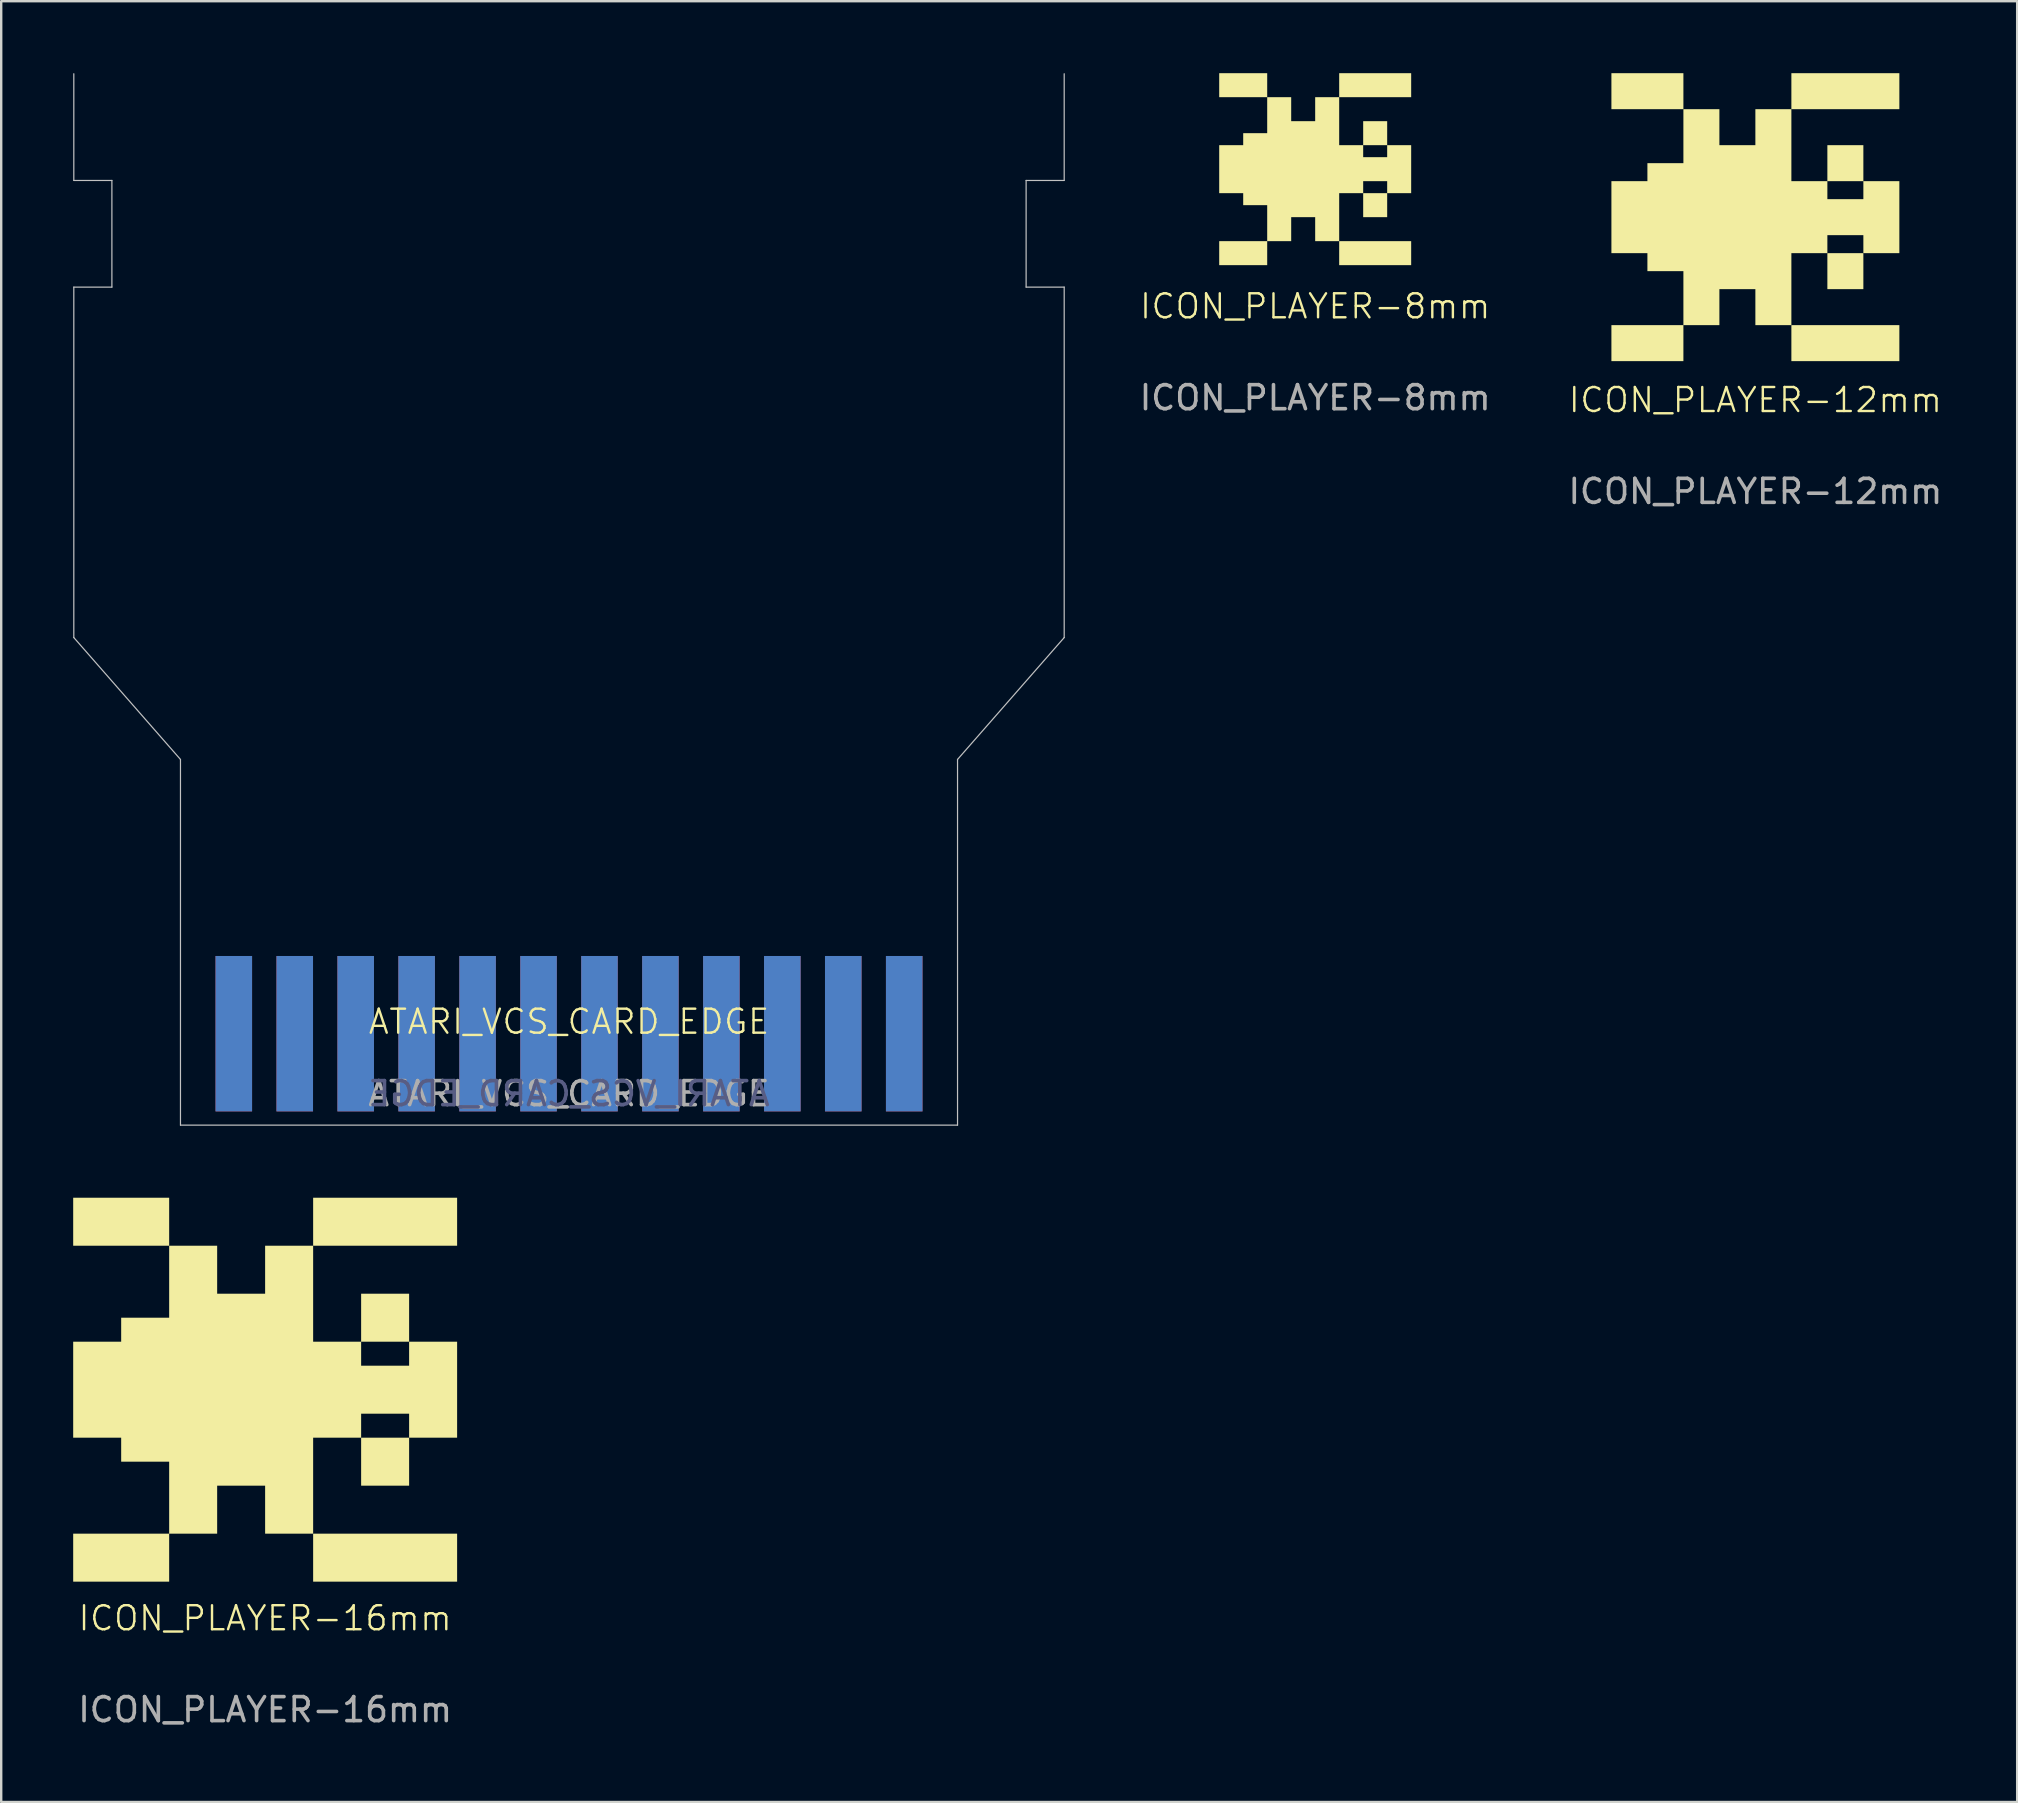
<source format=kicad_pcb>
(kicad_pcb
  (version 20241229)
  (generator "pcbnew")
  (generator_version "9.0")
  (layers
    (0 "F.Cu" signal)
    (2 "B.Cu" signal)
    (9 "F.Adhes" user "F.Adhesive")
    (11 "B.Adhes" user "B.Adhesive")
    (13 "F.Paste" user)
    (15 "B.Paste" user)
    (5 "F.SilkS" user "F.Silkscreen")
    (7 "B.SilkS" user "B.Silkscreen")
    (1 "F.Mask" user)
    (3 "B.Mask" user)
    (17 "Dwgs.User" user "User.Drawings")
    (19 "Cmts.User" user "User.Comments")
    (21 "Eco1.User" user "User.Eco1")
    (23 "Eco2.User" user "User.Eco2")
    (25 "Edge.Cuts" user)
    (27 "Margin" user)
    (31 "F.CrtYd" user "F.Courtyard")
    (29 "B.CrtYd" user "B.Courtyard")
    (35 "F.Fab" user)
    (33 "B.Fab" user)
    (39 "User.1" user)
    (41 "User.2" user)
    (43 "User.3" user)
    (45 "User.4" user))
  (footprint "ICON_PLAYER-8mm"
    (layer "F.Cu")
    (at 51.76 4)
    (property "Reference" "ICON_PLAYER-8mm" (at 0 5.715 0) (unlocked yes) (layer "F.SilkS") (effects (font (size 1 1) (thickness 0.1))))
    (fp_poly (pts (xy -2 -3) (xy -4 -3) (xy -4 -4) (xy -2 -4)) (stroke (width 0) (type solid)) (fill yes) (layer "F.SilkS"))
    (fp_poly (pts (xy 3 2) (xy 2 2) (xy 2 1) (xy 3 1)) (stroke (width 0) (type solid)) (fill yes) (layer "F.SilkS"))
    (fp_poly (pts (xy 4 -3) (xy 1 -3) (xy 1 -4) (xy 4 -4)) (stroke (width 0) (type solid)) (fill yes) (layer "F.SilkS"))
    (fp_poly (pts (xy 4 4) (xy 1 4) (xy 1 3) (xy 4 3)) (stroke (width 0) (type solid)) (fill yes) (layer "F.SilkS"))
    (fp_poly (pts (xy -1 -2) (xy -0.000258 -2) (xy -0.000258 -3) (xy 1 -3) (xy 1 -1) (xy 2 -1) (xy 2 -0.5) (xy 3 -0.5) (xy 3 -1) (xy 2 -1) (xy 2 -2) (xy 3 -2) (xy 3 -1) (xy 4 -1) (xy 4 1) (xy 3 1) (xy 3 0.5) (xy 2 0.5) (xy 2 1) (xy 1 1) (xy 1 3) (xy -0.000258 3) (xy -0.000258 2) (xy -1 2) (xy -1 3) (xy -2 3) (xy -2 4) (xy -4 4) (xy -4 3) (xy -2 3) (xy -2 1.5) (xy -3 1.5) (xy -3 1) (xy -4 1) (xy -4 -1) (xy -3 -1) (xy -3 -1.5) (xy -2 -1.5) (xy -2 -3) (xy -1 -3)) (stroke (width 0) (type solid)) (fill yes) (layer "F.SilkS"))
    (fp_text user "${REFERENCE}" (at 0 9.525 0) (unlocked yes) (layer "F.Fab") (effects (font (size 1 1) (thickness 0.15)))))
  (footprint "ICON_PLAYER-16mm"
    (layer "F.Cu")
    (at 8 54.865)
    (property "Reference" "ICON_PLAYER-16mm" (at 0 9.525 0) (unlocked yes) (layer "F.SilkS") (effects (font (size 1 1) (thickness 0.1))))
    (fp_poly (pts (xy -4 -6) (xy -8 -6) (xy -8 -8) (xy -4 -8)) (stroke (width 0) (type solid)) (fill yes) (layer "F.SilkS"))
    (fp_poly (pts (xy 6 4) (xy 4 4) (xy 4 2) (xy 6 2)) (stroke (width 0) (type solid)) (fill yes) (layer "F.SilkS"))
    (fp_poly (pts (xy 8 -6) (xy 2 -6) (xy 2 -8) (xy 8 -8)) (stroke (width 0) (type solid)) (fill yes) (layer "F.SilkS"))
    (fp_poly (pts (xy 8 8) (xy 2 8) (xy 2 6) (xy 8 6)) (stroke (width 0) (type solid)) (fill yes) (layer "F.SilkS"))
    (fp_poly (pts (xy -2 -4) (xy -0.001 -4) (xy -0.001 -6) (xy 2 -6) (xy 2 -2) (xy 4 -2) (xy 4 -1) (xy 6 -1) (xy 6 -2) (xy 4 -2) (xy 4 -4) (xy 6 -4) (xy 6 -2) (xy 8 -2) (xy 8 2) (xy 6 2) (xy 6 1) (xy 4 1) (xy 4 2) (xy 2 2) (xy 2 6) (xy -0.001 6) (xy -0.001 4) (xy -2 4) (xy -2 6) (xy -4 6) (xy -4 8) (xy -8 8) (xy -8 6) (xy -4 6) (xy -4 3) (xy -6 3) (xy -6 2) (xy -8 2) (xy -8 -2) (xy -6 -2) (xy -6 -3) (xy -4 -3) (xy -4 -6) (xy -2 -6)) (stroke (width 0) (type solid)) (fill yes) (layer "F.SilkS"))
    (fp_text user "${REFERENCE}" (at 0 13.335 0) (unlocked yes) (layer "F.Fab") (effects (font (size 1 1) (thickness 0.15)))))
  (footprint "ATARI_VCS_CARD_EDGE"
    (layer "F.Cu")
    (at 20.663 40.029)
    (property "Reference" "ATARI_VCS_CARD_EDGE" (at 0 -0.5 0) (unlocked yes) (layer "F.SilkS") (effects (font (size 1 1) (thickness 0.1))))
    (fp_line (start -20.637 -40.005) (end -20.637 -35.559) (stroke (width 0.05) (type default)) (layer "Dwgs.User"))
    (fp_line (start -20.637 -31.114) (end -19.05 -31.114) (stroke (width 0.05) (type default)) (layer "Dwgs.User"))
    (fp_line (start -20.637 -16.509) (end -20.637 -31.114) (stroke (width 0.05) (type default)) (layer "Dwgs.User"))
    (fp_line (start -19.05 -35.559) (end -20.637 -35.559) (stroke (width 0.05) (type default)) (layer "Dwgs.User"))
    (fp_line (start -19.05 -31.114) (end -19.05 -35.559) (stroke (width 0.05) (type default)) (layer "Dwgs.User"))
    (fp_line (start -16.192 -11.43) (end -20.637 -16.509) (stroke (width 0.05) (type default)) (layer "Dwgs.User"))
    (fp_line (start -16.192 3.811) (end -16.192 -11.43) (stroke (width 0.05) (type default)) (layer "Dwgs.User"))
    (fp_line (start -16.192 3.811) (end 16.192 3.811) (stroke (width 0.05) (type default)) (layer "Dwgs.User"))
    (fp_line (start 16.192 -11.43) (end 16.192 3.811) (stroke (width 0.05) (type default)) (layer "Dwgs.User"))
    (fp_line (start 16.192 -11.43) (end 20.637 -16.509) (stroke (width 0.05) (type default)) (layer "Dwgs.User"))
    (fp_line (start 19.05 -35.559) (end 19.05 -31.114) (stroke (width 0.05) (type default)) (layer "Dwgs.User"))
    (fp_line (start 20.637 -40.005) (end 20.637 -35.559) (stroke (width 0.05) (type default)) (layer "Dwgs.User"))
    (fp_line (start 20.637 -35.559) (end 19.05 -35.559) (stroke (width 0.05) (type default)) (layer "Dwgs.User"))
    (fp_line (start 20.637 -31.114) (end 19.05 -31.114) (stroke (width 0.05) (type default)) (layer "Dwgs.User"))
    (fp_line (start 20.637 -16.509) (end 20.637 -31.114) (stroke (width 0.05) (type default)) (layer "Dwgs.User"))
    (fp_text user "${REFERENCE}" (at 0 2.5 0) (unlocked yes) (layer "B.Fab") (effects (font (size 1 1) (thickness 0.15)) (justify mirror)))
    (fp_text user "${REFERENCE}" (at 0 2.5 0) (unlocked yes) (layer "F.Fab") (effects (font (size 1 1) (thickness 0.15))))
    (pad "1" connect rect (at -13.97 0) (size 1.524 6.477) (layers "F.Cu" "F.Mask"))
    (pad "2" connect rect (at -11.43 0) (size 1.524 6.477) (layers "F.Cu" "F.Mask"))
    (pad "3" connect rect (at -8.89 0) (size 1.524 6.477) (layers "F.Cu" "F.Mask"))
    (pad "4" connect rect (at -6.35 0) (size 1.524 6.477) (layers "F.Cu" "F.Mask"))
    (pad "5" connect rect (at -3.81 0) (size 1.524 6.477) (layers "F.Cu" "F.Mask"))
    (pad "6" connect rect (at -1.27 0) (size 1.524 6.477) (layers "F.Cu" "F.Mask"))
    (pad "7" connect rect (at 1.27 0) (size 1.524 6.477) (layers "F.Cu" "F.Mask"))
    (pad "8" connect rect (at 3.81 0) (size 1.524 6.477) (layers "F.Cu" "F.Mask"))
    (pad "9" connect rect (at 6.35 0) (size 1.524 6.477) (layers "F.Cu" "F.Mask"))
    (pad "10" connect rect (at 8.89 0) (size 1.524 6.477) (layers "F.Cu" "F.Mask"))
    (pad "11" connect rect (at 11.43 0) (size 1.524 6.477) (layers "F.Cu" "F.Mask"))
    (pad "12" connect rect (at 13.97 0) (size 1.524 6.477) (layers "F.Cu" "F.Mask"))
    (pad "13" connect rect (at 13.97 0) (size 1.524 6.477) (layers "B.Cu" "B.Mask"))
    (pad "14" connect rect (at 11.43 0) (size 1.524 6.477) (layers "B.Cu" "B.Mask"))
    (pad "15" connect rect (at 8.89 0) (size 1.524 6.477) (layers "B.Cu" "B.Mask"))
    (pad "16" connect rect (at 6.35 0) (size 1.524 6.477) (layers "B.Cu" "B.Mask"))
    (pad "17" connect rect (at 3.81 0) (size 1.524 6.477) (layers "B.Cu" "B.Mask"))
    (pad "18" connect rect (at 1.27 0) (size 1.524 6.477) (layers "B.Cu" "B.Mask"))
    (pad "19" connect rect (at -1.27 0) (size 1.524 6.477) (layers "B.Cu" "B.Mask"))
    (pad "20" connect rect (at -3.81 0) (size 1.524 6.477) (layers "B.Cu" "B.Mask"))
    (pad "21" connect rect (at -6.35 0) (size 1.524 6.477) (layers "B.Cu" "B.Mask"))
    (pad "22" connect rect (at -8.89 0) (size 1.524 6.477) (layers "B.Cu" "B.Mask"))
    (pad "23" connect rect (at -11.43 0) (size 1.524 6.477) (layers "B.Cu" "B.Mask"))
    (pad "24" connect rect (at -13.97 0) (size 1.524 6.477) (layers "B.Cu" "B.Mask")))
  (footprint "ICON_PLAYER-12mm"
    (layer "F.Cu")
    (at 70.105 6)
    (property "Reference" "ICON_PLAYER-12mm" (at 0 7.62 0) (unlocked yes) (layer "F.SilkS") (effects (font (size 1 1) (thickness 0.1))))
    (fp_poly (pts (xy -3 -4.5) (xy -6 -4.5) (xy -6 -6) (xy -3 -6)) (stroke (width 0) (type solid)) (fill yes) (layer "F.SilkS"))
    (fp_poly (pts (xy 4.5 3) (xy 3 3) (xy 3 1.5) (xy 4.5 1.5)) (stroke (width 0) (type solid)) (fill yes) (layer "F.SilkS"))
    (fp_poly (pts (xy 6 -4.5) (xy 1.5 -4.5) (xy 1.5 -6) (xy 6 -6)) (stroke (width 0) (type solid)) (fill yes) (layer "F.SilkS"))
    (fp_poly (pts (xy 6 6) (xy 1.5 6) (xy 1.5 4.5) (xy 6 4.5)) (stroke (width 0) (type solid)) (fill yes) (layer "F.SilkS"))
    (fp_poly (pts (xy -1.5 -3) (xy -0.000388 -3) (xy -0.000388 -4.5) (xy 1.5 -4.5) (xy 1.5 -1.5) (xy 3 -1.5) (xy 3 -0.75) (xy 4.5 -0.75) (xy 4.5 -1.5) (xy 3 -1.5) (xy 3 -3) (xy 4.5 -3) (xy 4.5 -1.5) (xy 6 -1.5) (xy 6 1.5) (xy 4.5 1.5) (xy 4.5 0.75) (xy 3 0.75) (xy 3 1.5) (xy 1.5 1.5) (xy 1.5 4.5) (xy -0.000388 4.5) (xy -0.000388 3) (xy -1.5 3) (xy -1.5 4.5) (xy -3 4.5) (xy -3 6) (xy -6 6) (xy -6 4.5) (xy -3 4.5) (xy -3 2.25) (xy -4.5 2.25) (xy -4.5 1.5) (xy -6 1.5) (xy -6 -1.5) (xy -4.5 -1.5) (xy -4.5 -2.25) (xy -3 -2.25) (xy -3 -4.5) (xy -1.5 -4.5)) (stroke (width 0) (type solid)) (fill yes) (layer "F.SilkS"))
    (fp_text user "${REFERENCE}" (at 0 11.43 0) (unlocked yes) (layer "F.Fab") (effects (font (size 1 1) (thickness 0.15)))))
  (gr_rect
    (start -3 -3)
    (end 81.015 72.048)
    (stroke (width 0.1) (type default))
    (fill no)
    (layer "Edge.Cuts")))
</source>
